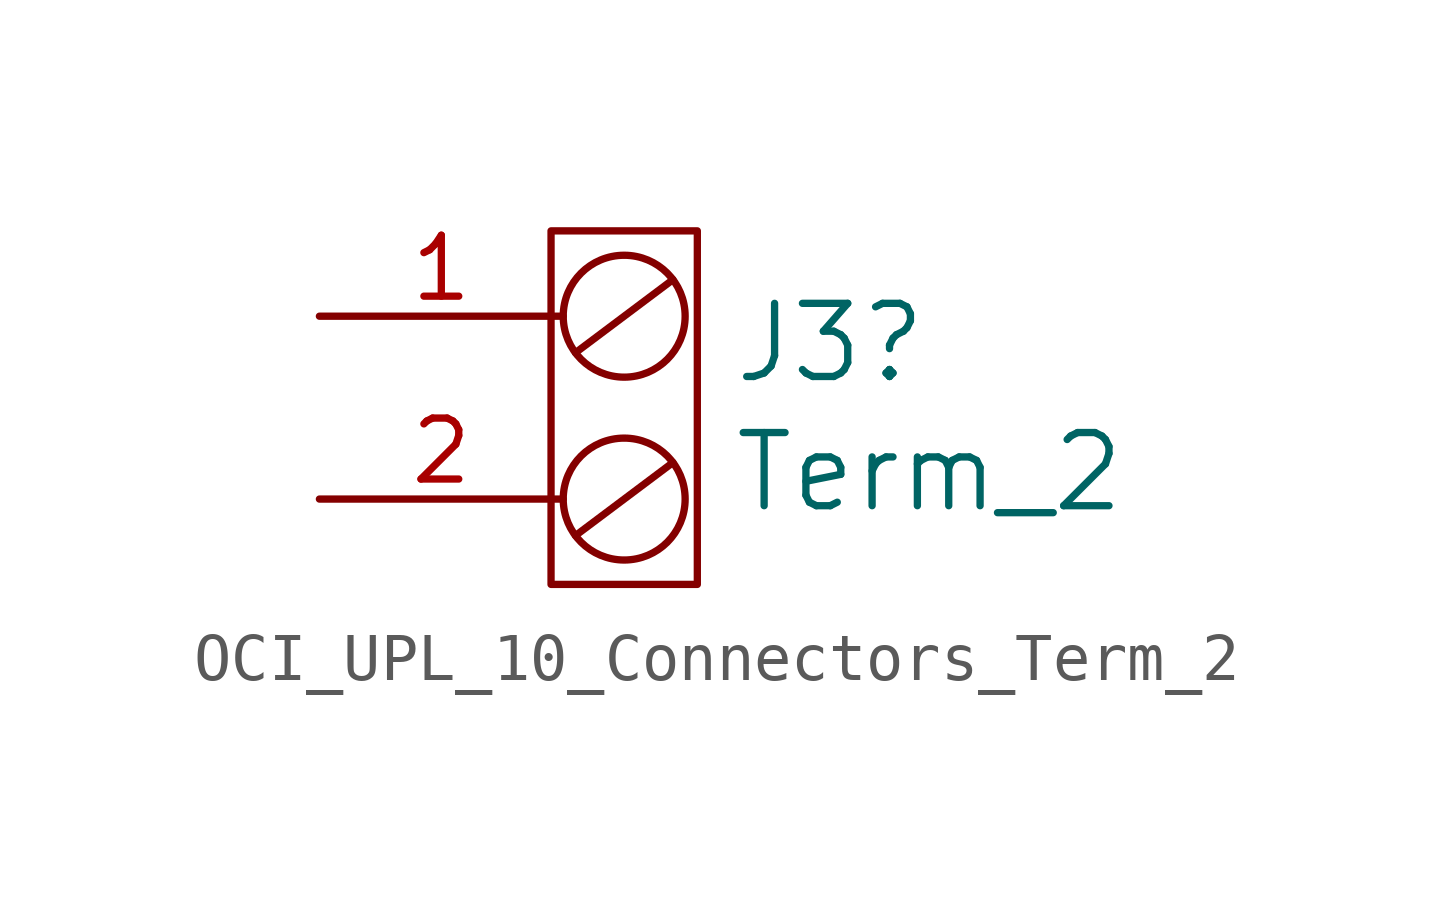
<source format=kicad_sym>
(kicad_symbol_lib
  (version 20211014)
  (generator kicad_symbol_editor)
  (symbol "OCI_UPL_10_Connectors_Term_2"
    (pin_names
      (offset 1.016))
    (property "Reference" "J3"
      (at 2.235 3.251 0)
      (effects (font (size 1.524 1.524)) (justify left)))
    (property "Value" "Term_2"
      (at 2.235 0.559 0)
      (effects (font (size 1.524 1.524)) (justify left)))
    (symbol "OCI_UPL_10_Connectors_Term_2_0_1"
      (rectangle (start -1.524 5.588) (end 1.524 -1.778) (stroke (width 0) (type default) (color 0 0 0 0)) (fill (type none)))
      (polyline (pts (xy -1.016 -0.762) (xy 1.016 0.762)) (stroke (width 0) (type default) (color 0 0 0 0)) (fill (type none)))
      (polyline (pts (xy -1.016 3.048) (xy 1.016 4.572)) (stroke (width 0) (type default) (color 0 0 0 0)) (fill (type none)))
      (circle (center 0 0) (radius 1.27) (stroke (width 0) (type default) (color 0 0 0 0)) (fill (type none)))
      (circle (center 0 3.81) (radius 1.27) (stroke (width 0) (type default) (color 0 0 0 0)) (fill (type none))))
    (symbol "OCI_UPL_10_Connectors_Term_2_1_1"
      (pin input line (at -6.35 3.81 0) (length 5.08) (name "~" (effects (font (size 1.27 1.27)))) (number "1" (effects (font (size 1.27 1.27)))))
      (pin input line (at -6.35 0 0) (length 5.08) (name "~" (effects (font (size 1.27 1.27)))) (number "2" (effects (font (size 1.27 1.27))))))))
</source>
